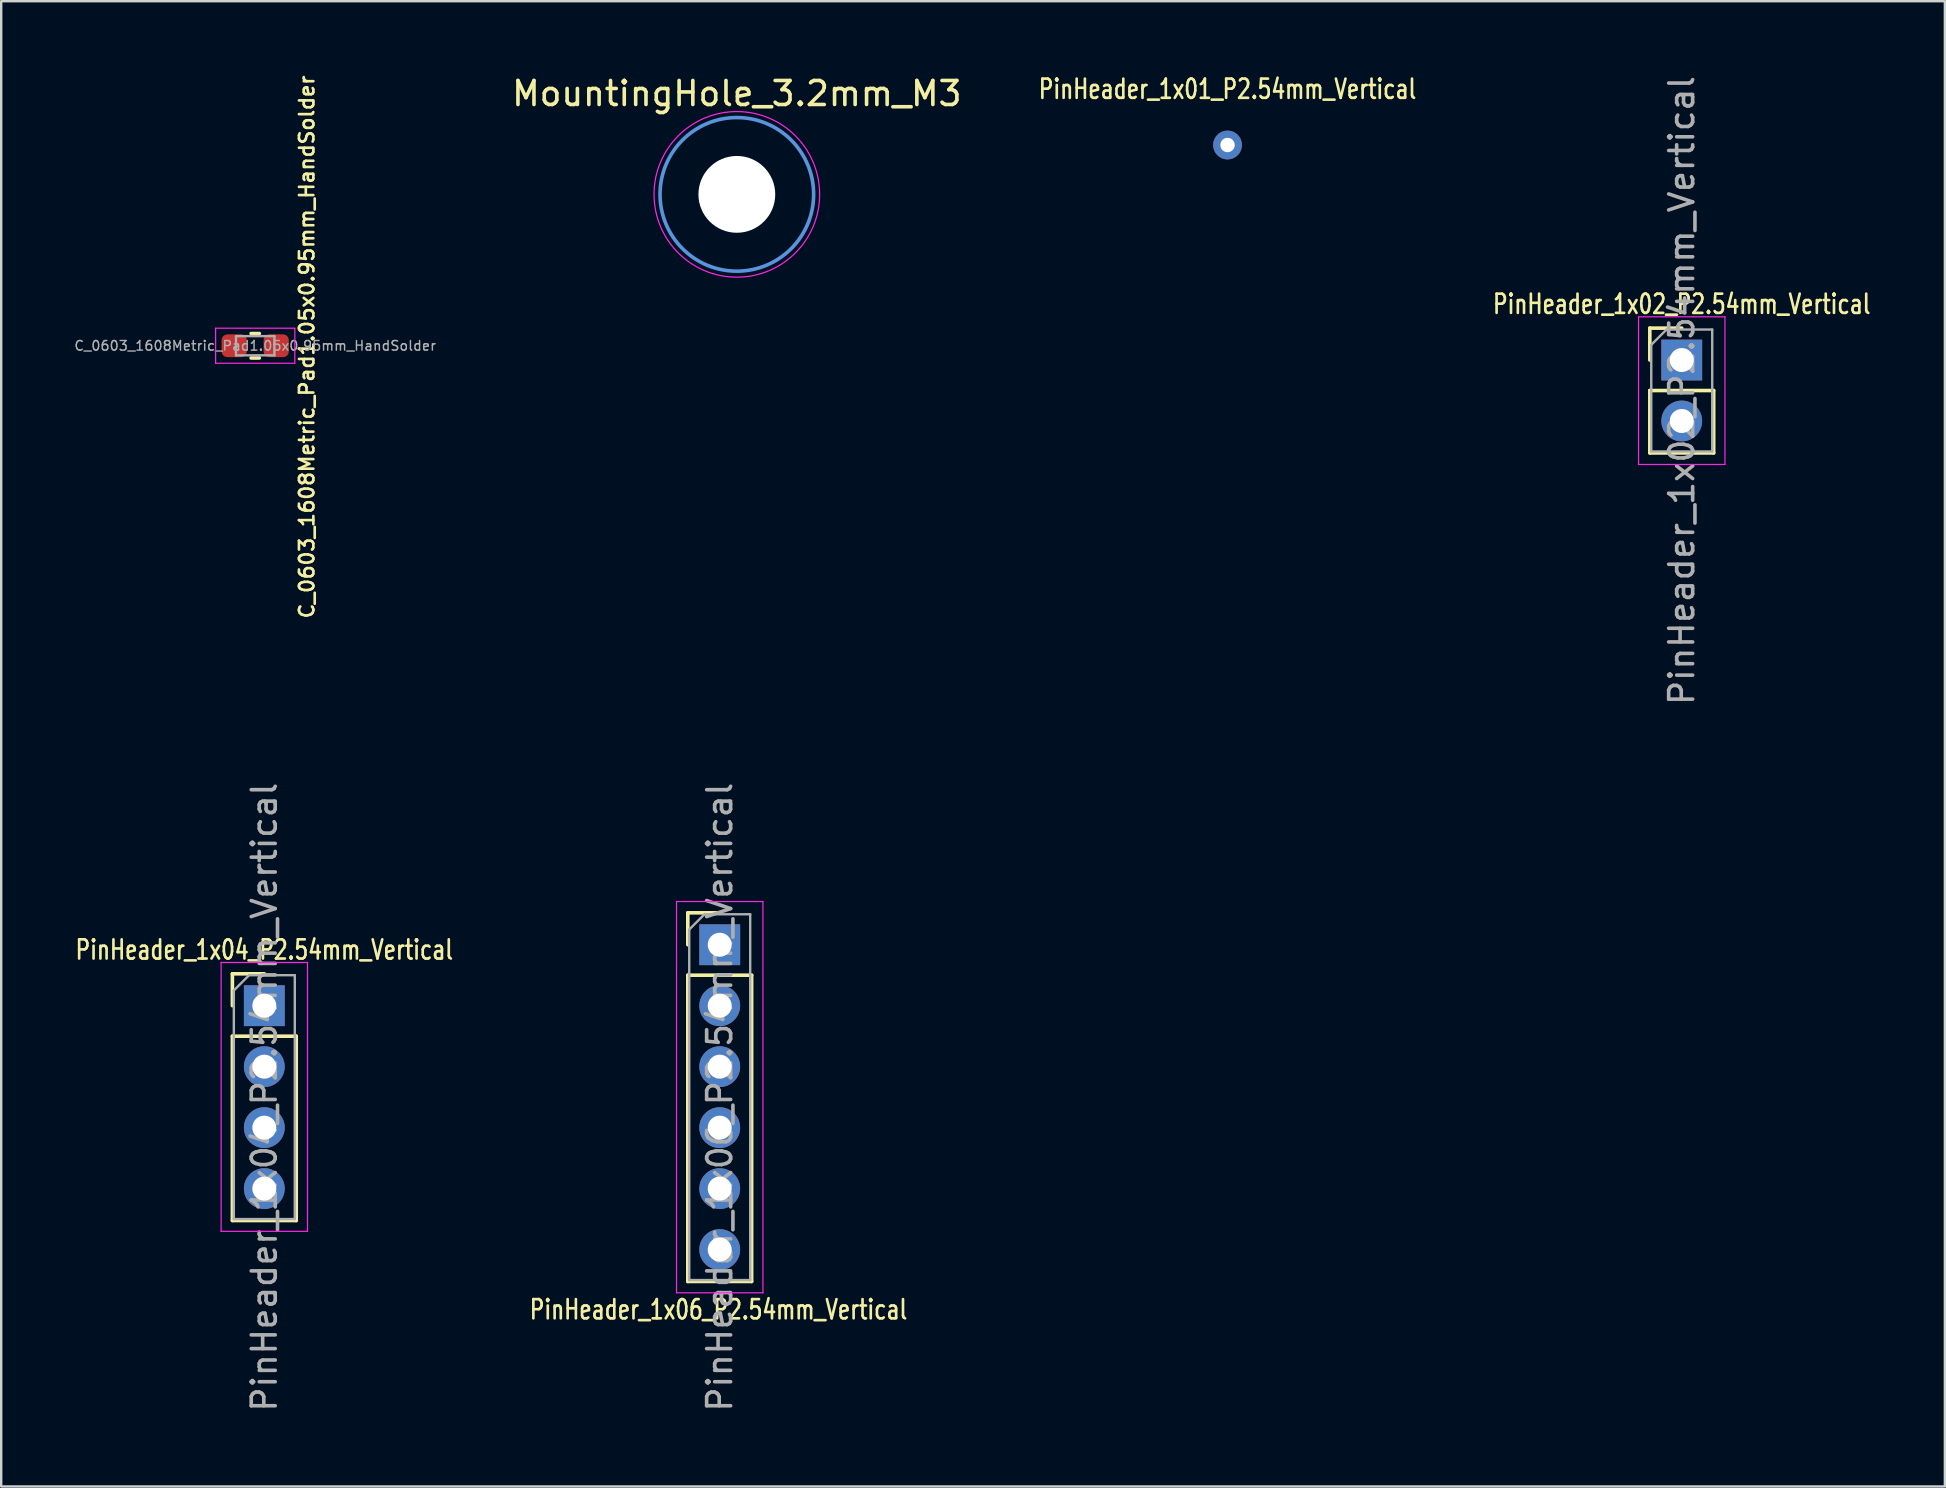
<source format=kicad_pcb>
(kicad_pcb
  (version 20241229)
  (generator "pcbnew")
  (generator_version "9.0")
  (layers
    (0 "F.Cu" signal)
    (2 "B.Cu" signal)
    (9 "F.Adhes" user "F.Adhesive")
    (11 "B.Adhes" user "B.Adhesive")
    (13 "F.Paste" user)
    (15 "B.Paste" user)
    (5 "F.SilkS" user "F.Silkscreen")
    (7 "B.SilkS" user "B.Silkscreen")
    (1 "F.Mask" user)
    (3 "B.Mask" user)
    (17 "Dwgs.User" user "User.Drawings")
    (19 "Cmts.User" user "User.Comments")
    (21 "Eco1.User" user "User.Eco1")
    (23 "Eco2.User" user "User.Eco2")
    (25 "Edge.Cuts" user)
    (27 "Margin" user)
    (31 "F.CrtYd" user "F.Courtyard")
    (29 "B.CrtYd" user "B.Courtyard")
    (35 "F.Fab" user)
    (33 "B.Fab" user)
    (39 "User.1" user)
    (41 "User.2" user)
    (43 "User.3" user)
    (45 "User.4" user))
  (footprint "PinHeader_1x04_P2.54mm_Vertical"
    (layer "F.Cu")
    (at 7.962 38.851)
    (property "Reference" "PinHeader_1x04_P2.54mm_Vertical" (at 0 -2.33 0) (layer "F.SilkS") (effects (font (size 0.8 0.6) (thickness 0.11))))
    (attr through_hole)
    (fp_line (start -1.33 -1.33) (end 0 -1.33) (stroke (width 0.15) (type solid)) (layer "F.SilkS"))
    (fp_line (start -1.33 0) (end -1.33 -1.33) (stroke (width 0.15) (type solid)) (layer "F.SilkS"))
    (fp_line (start -1.33 1.27) (end -1.33 8.95) (stroke (width 0.15) (type solid)) (layer "F.SilkS"))
    (fp_line (start -1.33 1.27) (end 1.33 1.27) (stroke (width 0.15) (type solid)) (layer "F.SilkS"))
    (fp_line (start -1.33 8.95) (end 1.33 8.95) (stroke (width 0.15) (type solid)) (layer "F.SilkS"))
    (fp_line (start 1.33 1.27) (end 1.33 8.95) (stroke (width 0.15) (type solid)) (layer "F.SilkS"))
    (fp_line (start -1.8 -1.8) (end -1.8 9.4) (stroke (width 0.05) (type solid)) (layer "F.CrtYd"))
    (fp_line (start -1.8 9.4) (end 1.8 9.4) (stroke (width 0.05) (type solid)) (layer "F.CrtYd"))
    (fp_line (start 1.8 -1.8) (end -1.8 -1.8) (stroke (width 0.05) (type solid)) (layer "F.CrtYd"))
    (fp_line (start 1.8 9.4) (end 1.8 -1.8) (stroke (width 0.05) (type solid)) (layer "F.CrtYd"))
    (fp_line (start -1.27 -0.635) (end -0.635 -1.27) (stroke (width 0.1) (type solid)) (layer "F.Fab"))
    (fp_line (start -1.27 8.89) (end -1.27 -0.635) (stroke (width 0.1) (type solid)) (layer "F.Fab"))
    (fp_line (start -0.635 -1.27) (end 1.27 -1.27) (stroke (width 0.1) (type solid)) (layer "F.Fab"))
    (fp_line (start 1.27 -1.27) (end 1.27 8.89) (stroke (width 0.1) (type solid)) (layer "F.Fab"))
    (fp_line (start 1.27 8.89) (end -1.27 8.89) (stroke (width 0.1) (type solid)) (layer "F.Fab"))
    (fp_text user "${REFERENCE}" (at 0 3.81 90) (layer "F.Fab") (effects (font (size 1 1) (thickness 0.15))))
    (pad "1" thru_hole rect (at 0 0) (size 1.7 1.7) (drill 1) (layers "*.Cu" "*.Mask"))
    (pad "2" thru_hole oval (at 0 2.54) (size 1.7 1.7) (drill 1) (layers "*.Cu" "*.Mask"))
    (pad "3" thru_hole oval (at 0 5.08) (size 1.7 1.7) (drill 1) (layers "*.Cu" "*.Mask"))
    (pad "4" thru_hole oval (at 0 7.62) (size 1.7 1.7) (drill 1) (layers "*.Cu" "*.Mask")))
  (footprint "PinHeader_1x06_P2.54mm_Vertical"
    (layer "F.Cu")
    (at 26.936 36.311)
    (property "Reference" "PinHeader_1x06_P2.54mm_Vertical" (at -0.05 15.2 0) (layer "F.SilkS") (effects (font (size 0.8 0.6) (thickness 0.11))))
    (attr through_hole)
    (fp_line (start -1.33 -1.33) (end 0 -1.33) (stroke (width 0.15) (type solid)) (layer "F.SilkS"))
    (fp_line (start -1.33 0) (end -1.33 -1.33) (stroke (width 0.15) (type solid)) (layer "F.SilkS"))
    (fp_line (start -1.33 1.27) (end -1.33 14.03) (stroke (width 0.15) (type solid)) (layer "F.SilkS"))
    (fp_line (start -1.33 1.27) (end 1.33 1.27) (stroke (width 0.15) (type solid)) (layer "F.SilkS"))
    (fp_line (start -1.33 14.03) (end 1.33 14.03) (stroke (width 0.15) (type solid)) (layer "F.SilkS"))
    (fp_line (start 1.33 1.27) (end 1.33 14.03) (stroke (width 0.15) (type solid)) (layer "F.SilkS"))
    (fp_line (start -1.8 -1.8) (end -1.8 14.5) (stroke (width 0.05) (type solid)) (layer "F.CrtYd"))
    (fp_line (start -1.8 14.5) (end 1.8 14.5) (stroke (width 0.05) (type solid)) (layer "F.CrtYd"))
    (fp_line (start 1.8 -1.8) (end -1.8 -1.8) (stroke (width 0.05) (type solid)) (layer "F.CrtYd"))
    (fp_line (start 1.8 14.5) (end 1.8 -1.8) (stroke (width 0.05) (type solid)) (layer "F.CrtYd"))
    (fp_line (start -1.27 -0.635) (end -0.635 -1.27) (stroke (width 0.1) (type solid)) (layer "F.Fab"))
    (fp_line (start -1.27 13.97) (end -1.27 -0.635) (stroke (width 0.1) (type solid)) (layer "F.Fab"))
    (fp_line (start -0.635 -1.27) (end 1.27 -1.27) (stroke (width 0.1) (type solid)) (layer "F.Fab"))
    (fp_line (start 1.27 -1.27) (end 1.27 13.97) (stroke (width 0.1) (type solid)) (layer "F.Fab"))
    (fp_line (start 1.27 13.97) (end -1.27 13.97) (stroke (width 0.1) (type solid)) (layer "F.Fab"))
    (fp_text user "${REFERENCE}" (at 0 6.35 90) (layer "F.Fab") (effects (font (size 1 1) (thickness 0.15))))
    (pad "1" thru_hole rect (at 0 0) (size 1.7 1.7) (drill 1) (layers "*.Cu" "*.Mask"))
    (pad "2" thru_hole oval (at 0 2.54) (size 1.7 1.7) (drill 1) (layers "*.Cu" "*.Mask"))
    (pad "3" thru_hole oval (at 0 5.08) (size 1.7 1.7) (drill 1) (layers "*.Cu" "*.Mask"))
    (pad "4" thru_hole oval (at 0 7.62) (size 1.7 1.7) (drill 1) (layers "*.Cu" "*.Mask"))
    (pad "5" thru_hole oval (at 0 10.16) (size 1.7 1.7) (drill 1) (layers "*.Cu" "*.Mask"))
    (pad "6" thru_hole oval (at 0 12.7) (size 1.7 1.7) (drill 1) (layers "*.Cu" "*.Mask")))
  (footprint "MountingHole_3.2mm_M3"
    (layer "F.Cu")
    (at 27.649 5.048)
    (property "Reference" "MountingHole_3.2mm_M3" (at 0 -4.2 0) (layer "F.SilkS") (effects (font (size 1 1) (thickness 0.15))))
    (attr through_hole)
    (fp_circle (center 0 0) (end 3.2 0) (stroke (width 0.15) (type solid)) (fill no) (layer "Cmts.User"))
    (fp_circle (center 0 0) (end 3.45 0) (stroke (width 0.05) (type solid)) (fill no) (layer "F.CrtYd"))
    (pad "" np_thru_hole circle (at 0 0) (size 3.2 3.2) (drill 3.2) (layers "*.Cu" "*.Mask")))
  (footprint "PinHeader_1x02_P2.54mm_Vertical"
    (layer "F.Cu")
    (at 67.017 11.95)
    (property "Reference" "PinHeader_1x02_P2.54mm_Vertical" (at 0 -2.33 0) (layer "F.SilkS") (effects (font (size 0.8 0.6) (thickness 0.11))))
    (attr through_hole)
    (fp_line (start -1.33 -1.33) (end 0 -1.33) (stroke (width 0.15) (type solid)) (layer "F.SilkS"))
    (fp_line (start -1.33 0) (end -1.33 -1.33) (stroke (width 0.15) (type solid)) (layer "F.SilkS"))
    (fp_line (start -1.33 1.27) (end -1.33 3.87) (stroke (width 0.15) (type solid)) (layer "F.SilkS"))
    (fp_line (start -1.33 1.27) (end 1.33 1.27) (stroke (width 0.15) (type solid)) (layer "F.SilkS"))
    (fp_line (start -1.33 3.87) (end 1.33 3.87) (stroke (width 0.15) (type solid)) (layer "F.SilkS"))
    (fp_line (start 1.33 1.27) (end 1.33 3.87) (stroke (width 0.15) (type solid)) (layer "F.SilkS"))
    (fp_line (start -1.8 -1.8) (end -1.8 4.35) (stroke (width 0.05) (type solid)) (layer "F.CrtYd"))
    (fp_line (start -1.8 4.35) (end 1.8 4.35) (stroke (width 0.05) (type solid)) (layer "F.CrtYd"))
    (fp_line (start 1.8 -1.8) (end -1.8 -1.8) (stroke (width 0.05) (type solid)) (layer "F.CrtYd"))
    (fp_line (start 1.8 4.35) (end 1.8 -1.8) (stroke (width 0.05) (type solid)) (layer "F.CrtYd"))
    (fp_line (start -1.27 -0.635) (end -0.635 -1.27) (stroke (width 0.1) (type solid)) (layer "F.Fab"))
    (fp_line (start -1.27 3.81) (end -1.27 -0.635) (stroke (width 0.1) (type solid)) (layer "F.Fab"))
    (fp_line (start -0.635 -1.27) (end 1.27 -1.27) (stroke (width 0.1) (type solid)) (layer "F.Fab"))
    (fp_line (start 1.27 -1.27) (end 1.27 3.81) (stroke (width 0.1) (type solid)) (layer "F.Fab"))
    (fp_line (start 1.27 3.81) (end -1.27 3.81) (stroke (width 0.1) (type solid)) (layer "F.Fab"))
    (fp_text user "${REFERENCE}" (at 0 1.27 90) (layer "F.Fab") (effects (font (size 1 1) (thickness 0.15))))
    (pad "1" thru_hole rect (at 0 0) (size 1.7 1.7) (drill 1) (layers "*.Cu" "*.Mask"))
    (pad "2" thru_hole oval (at 0 2.54) (size 1.7 1.7) (drill 1) (layers "*.Cu" "*.Mask")))
  (footprint "C_0603_1608Metric_Pad1.05x0.95mm_HandSolder"
    (layer "F.Cu")
    (at 7.583 11.355)
    (property "Reference" "C_0603_1608Metric_Pad1.05x0.95mm_HandSolder" (at 2.15 0.05 90) (layer "F.SilkS") (effects (font (size 0.6 0.6) (thickness 0.11))))
    (attr smd)
    (fp_line (start -0.171 -0.51) (end 0.171 -0.51) (stroke (width 0.15) (type solid)) (layer "F.SilkS"))
    (fp_line (start -0.171 0.51) (end 0.171 0.51) (stroke (width 0.15) (type solid)) (layer "F.SilkS"))
    (fp_line (start -1.65 -0.73) (end 1.65 -0.73) (stroke (width 0.05) (type solid)) (layer "F.CrtYd"))
    (fp_line (start -1.65 0.73) (end -1.65 -0.73) (stroke (width 0.05) (type solid)) (layer "F.CrtYd"))
    (fp_line (start 1.65 -0.73) (end 1.65 0.73) (stroke (width 0.05) (type solid)) (layer "F.CrtYd"))
    (fp_line (start 1.65 0.73) (end -1.65 0.73) (stroke (width 0.05) (type solid)) (layer "F.CrtYd"))
    (fp_line (start -0.8 -0.4) (end 0.8 -0.4) (stroke (width 0.1) (type solid)) (layer "F.Fab"))
    (fp_line (start -0.8 0.4) (end -0.8 -0.4) (stroke (width 0.1) (type solid)) (layer "F.Fab"))
    (fp_line (start 0.8 -0.4) (end 0.8 0.4) (stroke (width 0.1) (type solid)) (layer "F.Fab"))
    (fp_line (start 0.8 0.4) (end -0.8 0.4) (stroke (width 0.1) (type solid)) (layer "F.Fab"))
    (fp_text user "${REFERENCE}" (at 0 0 0) (layer "F.Fab") (effects (font (size 0.4 0.4) (thickness 0.06))))
    (pad "1" smd roundrect (at -0.875 0) (size 1.05 0.95) (layers "F.Cu" "F.Mask" "F.Paste") (roundrect_rratio 0.25))
    (pad "2" smd roundrect (at 0.875 0) (size 1.05 0.95) (layers "F.Cu" "F.Mask" "F.Paste") (roundrect_rratio 0.25)))
  (footprint "PinHeader_1x01_P2.54mm_Vertical"
    (layer "F.Cu")
    (at 48.093 2.991)
    (property "Reference" "PinHeader_1x01_P2.54mm_Vertical" (at 0 -2.33 0) (layer "F.SilkS") (effects (font (size 0.8 0.6) (thickness 0.11))))
    (attr through_hole)
    (pad "1" thru_hole circle (at 0 0) (size 1.2 1.2) (drill 0.6) (layers "*.Cu" "*.Mask")))
  (gr_rect
    (start -3 -3)
    (end 77.98 58.881)
    (stroke (width 0.1) (type default))
    (fill no)
    (layer "Edge.Cuts")))
</source>
